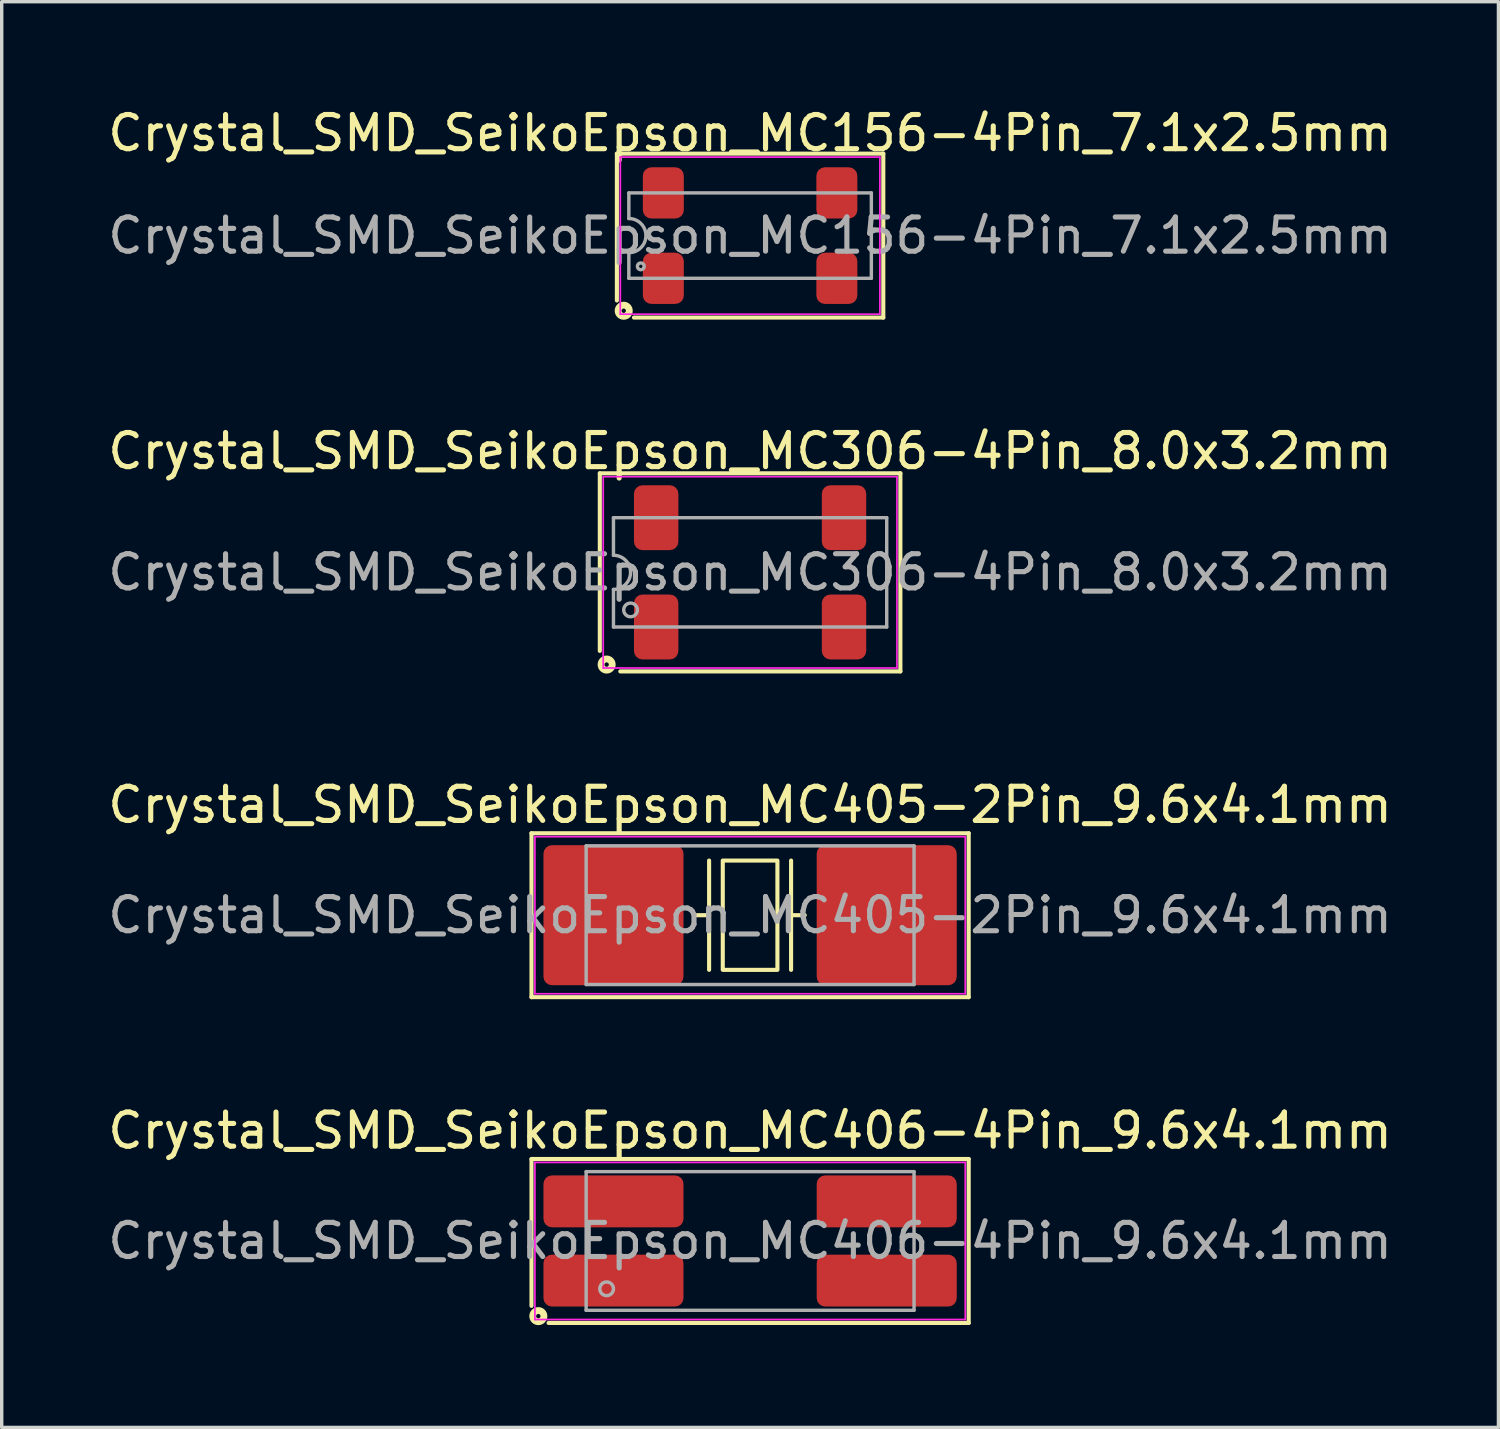
<source format=kicad_pcb>
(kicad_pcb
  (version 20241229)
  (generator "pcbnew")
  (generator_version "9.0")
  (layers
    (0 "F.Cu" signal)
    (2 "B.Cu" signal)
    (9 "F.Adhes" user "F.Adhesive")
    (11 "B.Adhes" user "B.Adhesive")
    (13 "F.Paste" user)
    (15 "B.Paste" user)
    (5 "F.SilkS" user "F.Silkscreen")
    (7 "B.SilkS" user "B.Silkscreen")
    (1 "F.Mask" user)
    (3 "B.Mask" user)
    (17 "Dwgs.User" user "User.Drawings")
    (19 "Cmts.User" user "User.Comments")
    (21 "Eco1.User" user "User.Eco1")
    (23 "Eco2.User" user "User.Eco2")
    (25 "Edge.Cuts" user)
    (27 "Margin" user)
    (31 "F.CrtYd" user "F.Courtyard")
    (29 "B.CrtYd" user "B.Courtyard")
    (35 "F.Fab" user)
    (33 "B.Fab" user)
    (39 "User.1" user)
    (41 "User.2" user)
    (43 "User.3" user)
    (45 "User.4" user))
  (footprint "Crystal_SMD_SeikoEpson_MC156-4Pin_7.1x2.5mm"
    (layer "F.Cu")
    (at 18.911 3.848)
    (property "Reference" "Crystal_SMD_SeikoEpson_MC156-4Pin_7.1x2.5mm" (at 0 -3 0) (layer "F.SilkS") (effects (font (size 1 1) (thickness 0.15))))
    (attr smd)
    (fp_line (start -3.9 -2.4) (end -3.9 1.9) (stroke (width 0.12) (type solid)) (layer "F.SilkS"))
    (fp_line (start -3.4 2.4) (end 3.9 2.4) (stroke (width 0.12) (type solid)) (layer "F.SilkS"))
    (fp_line (start 3.9 -2.4) (end -3.9 -2.4) (stroke (width 0.12) (type solid)) (layer "F.SilkS"))
    (fp_line (start 3.9 2.4) (end 3.9 -2.4) (stroke (width 0.12) (type solid)) (layer "F.SilkS"))
    (fp_circle (center -3.7 2.2) (end -3.636 2.2) (stroke (width 0.2) (type solid)) (fill no) (layer "F.SilkS"))
    (fp_line (start -3.8 -2.3) (end -3.8 2.3) (stroke (width 0.05) (type solid)) (layer "F.CrtYd"))
    (fp_line (start -3.8 2.3) (end 3.8 2.3) (stroke (width 0.05) (type solid)) (layer "F.CrtYd"))
    (fp_line (start 3.8 -2.3) (end -3.8 -2.3) (stroke (width 0.05) (type solid)) (layer "F.CrtYd"))
    (fp_line (start 3.8 2.3) (end 3.8 -2.3) (stroke (width 0.05) (type solid)) (layer "F.CrtYd"))
    (fp_line (start -3.55 -1.25) (end 3.55 -1.25) (stroke (width 0.1) (type solid)) (layer "F.Fab"))
    (fp_line (start -3.55 -0.5) (end -3.55 -1.25) (stroke (width 0.1) (type solid)) (layer "F.Fab"))
    (fp_line (start -3.55 1.25) (end -3.55 0.5) (stroke (width 0.1) (type solid)) (layer "F.Fab"))
    (fp_line (start 3.55 -1.25) (end 3.55 1.25) (stroke (width 0.1) (type solid)) (layer "F.Fab"))
    (fp_line (start 3.55 1.25) (end -3.55 1.25) (stroke (width 0.1) (type solid)) (layer "F.Fab"))
    (fp_arc (start -3.55 -0.5) (mid -3.05 0) (end -3.55 0.5) (stroke (width 0.1) (type solid)) (layer "F.Fab"))
    (fp_circle (center -3.2 0.9) (end -3.1 0.9) (stroke (width 0.1) (type solid)) (fill no) (layer "F.Fab"))
    (fp_text user "${REFERENCE}" (at 0 0 0) (layer "F.Fab") (effects (font (size 1 1) (thickness 0.15))))
    (pad "1" smd roundrect (at -2.54 1.25) (size 1.2 1.5) (layers "F.Cu" "F.Mask" "F.Paste") (roundrect_rratio 0.208))
    (pad "2" smd roundrect (at 2.54 1.25) (size 1.2 1.5) (layers "F.Cu" "F.Mask" "F.Paste") (roundrect_rratio 0.208))
    (pad "3" smd roundrect (at 2.54 -1.25) (size 1.2 1.5) (layers "F.Cu" "F.Mask" "F.Paste") (roundrect_rratio 0.208))
    (pad "4" smd roundrect (at -2.54 -1.25) (size 1.2 1.5) (layers "F.Cu" "F.Mask" "F.Paste") (roundrect_rratio 0.208)))
  (footprint "Crystal_SMD_SeikoEpson_MC306-4Pin_8.0x3.2mm"
    (layer "F.Cu")
    (at 18.911 13.707)
    (property "Reference" "Crystal_SMD_SeikoEpson_MC306-4Pin_8.0x3.2mm" (at 0 -3.55 0) (layer "F.SilkS") (effects (font (size 1 1) (thickness 0.15))))
    (attr smd)
    (fp_line (start -4.4 -2.9) (end 4.4 -2.9) (stroke (width 0.12) (type solid)) (layer "F.SilkS"))
    (fp_line (start -4.4 2.3) (end -4.4 -2.9) (stroke (width 0.12) (type solid)) (layer "F.SilkS"))
    (fp_line (start 4.4 -2.9) (end 4.4 2.9) (stroke (width 0.12) (type solid)) (layer "F.SilkS"))
    (fp_line (start 4.4 2.9) (end -3.8 2.9) (stroke (width 0.12) (type solid)) (layer "F.SilkS"))
    (fp_circle (center -4.2 2.7) (end -4.136 2.7) (stroke (width 0.2) (type solid)) (fill no) (layer "F.SilkS"))
    (fp_line (start -4.3 -2.8) (end -4.3 2.8) (stroke (width 0.05) (type solid)) (layer "F.CrtYd"))
    (fp_line (start -4.3 2.8) (end 4.3 2.8) (stroke (width 0.05) (type solid)) (layer "F.CrtYd"))
    (fp_line (start 4.3 -2.8) (end -4.3 -2.8) (stroke (width 0.05) (type solid)) (layer "F.CrtYd"))
    (fp_line (start 4.3 2.8) (end 4.3 -2.8) (stroke (width 0.05) (type solid)) (layer "F.CrtYd"))
    (fp_line (start -4 -1.6) (end 4 -1.6) (stroke (width 0.1) (type solid)) (layer "F.Fab"))
    (fp_line (start -4 -0.5) (end -4 -1.6) (stroke (width 0.1) (type solid)) (layer "F.Fab"))
    (fp_line (start -4 1.6) (end -4 0.5) (stroke (width 0.1) (type solid)) (layer "F.Fab"))
    (fp_line (start 4 -1.6) (end 4 1.6) (stroke (width 0.1) (type solid)) (layer "F.Fab"))
    (fp_line (start 4 1.6) (end -4 1.6) (stroke (width 0.1) (type solid)) (layer "F.Fab"))
    (fp_arc (start -4 -0.5) (mid -3.5 0) (end -4 0.5) (stroke (width 0.1) (type solid)) (layer "F.Fab"))
    (fp_circle (center -3.5 1.1) (end -3.3 1.1) (stroke (width 0.1) (type solid)) (fill no) (layer "F.Fab"))
    (fp_text user "${REFERENCE}" (at 0 0 0) (layer "F.Fab") (effects (font (size 1 1) (thickness 0.15))))
    (pad "1" smd roundrect (at -2.75 1.6) (size 1.3 1.9) (layers "F.Cu" "F.Mask" "F.Paste") (roundrect_rratio 0.192))
    (pad "2" smd roundrect (at 2.75 1.6) (size 1.3 1.9) (layers "F.Cu" "F.Mask" "F.Paste") (roundrect_rratio 0.192))
    (pad "3" smd roundrect (at 2.75 -1.6) (size 1.3 1.9) (layers "F.Cu" "F.Mask" "F.Paste") (roundrect_rratio 0.192))
    (pad "4" smd roundrect (at -2.75 -1.6) (size 1.3 1.9) (layers "F.Cu" "F.Mask" "F.Paste") (roundrect_rratio 0.192)))
  (footprint "Crystal_SMD_SeikoEpson_MC406-4Pin_9.6x4.1mm"
    (layer "F.Cu")
    (at 18.911 33.283)
    (property "Reference" "Crystal_SMD_SeikoEpson_MC406-4Pin_9.6x4.1mm" (at 0 -3.23 0) (layer "F.SilkS") (effects (font (size 1 1) (thickness 0.15))))
    (attr smd)
    (fp_line (start -6.4 -2.4) (end -6.4 1.9) (stroke (width 0.12) (type solid)) (layer "F.SilkS"))
    (fp_line (start -6.4 -2.4) (end 6.4 -2.4) (stroke (width 0.12) (type solid)) (layer "F.SilkS"))
    (fp_line (start 6.4 -2.4) (end 6.4 2.4) (stroke (width 0.12) (type solid)) (layer "F.SilkS"))
    (fp_line (start 6.4 2.4) (end -5.9 2.4) (stroke (width 0.12) (type solid)) (layer "F.SilkS"))
    (fp_circle (center -6.2 2.2) (end -6.136 2.2) (stroke (width 0.2) (type solid)) (fill no) (layer "F.SilkS"))
    (fp_line (start -6.3 -2.3) (end -6.3 2.3) (stroke (width 0.05) (type solid)) (layer "F.CrtYd"))
    (fp_line (start -6.3 2.3) (end 6.3 2.3) (stroke (width 0.05) (type solid)) (layer "F.CrtYd"))
    (fp_line (start 6.3 -2.3) (end -6.3 -2.3) (stroke (width 0.05) (type solid)) (layer "F.CrtYd"))
    (fp_line (start 6.3 2.3) (end 6.3 -2.3) (stroke (width 0.05) (type solid)) (layer "F.CrtYd"))
    (fp_line (start -4.8 -2.03) (end -4.8 2.03) (stroke (width 0.1) (type solid)) (layer "F.Fab"))
    (fp_line (start -4.8 2.03) (end 4.8 2.03) (stroke (width 0.1) (type solid)) (layer "F.Fab"))
    (fp_line (start 4.8 -2.03) (end -4.8 -2.03) (stroke (width 0.1) (type solid)) (layer "F.Fab"))
    (fp_line (start 4.8 2.03) (end 4.8 -2.03) (stroke (width 0.1) (type solid)) (layer "F.Fab"))
    (fp_circle (center -4.2 1.4) (end -4 1.4) (stroke (width 0.1) (type solid)) (fill no) (layer "F.Fab"))
    (fp_text user "${REFERENCE}" (at 0 0 0) (layer "F.Fab") (effects (font (size 1 1) (thickness 0.15))))
    (pad "1" smd roundrect (at -4 1.16) (size 4.1 1.52) (layers "F.Cu" "F.Mask" "F.Paste") (roundrect_rratio 0.164))
    (pad "2" smd roundrect (at 4 1.16) (size 4.1 1.52) (layers "F.Cu" "F.Mask" "F.Paste") (roundrect_rratio 0.164))
    (pad "3" smd roundrect (at 4 -1.16) (size 4.1 1.52) (layers "F.Cu" "F.Mask" "F.Paste") (roundrect_rratio 0.164))
    (pad "4" smd roundrect (at -4 -1.16) (size 4.1 1.52) (layers "F.Cu" "F.Mask" "F.Paste") (roundrect_rratio 0.164)))
  (footprint "Crystal_SMD_SeikoEpson_MC405-2Pin_9.6x4.1mm"
    (layer "F.Cu")
    (at 18.911 23.745)
    (property "Reference" "Crystal_SMD_SeikoEpson_MC405-2Pin_9.6x4.1mm" (at 0 -3.23 0) (layer "F.SilkS") (effects (font (size 1 1) (thickness 0.15))))
    (attr smd)
    (fp_line (start -6.4 -2.4) (end -6.4 2.4) (stroke (width 0.12) (type solid)) (layer "F.SilkS"))
    (fp_line (start -6.4 2.4) (end 6.4 2.4) (stroke (width 0.12) (type solid)) (layer "F.SilkS"))
    (fp_line (start -1.2 -1.6) (end -1.2 1.6) (stroke (width 0.12) (type solid)) (layer "F.SilkS"))
    (fp_line (start -1.2 0) (end -1.6 0) (stroke (width 0.12) (type solid)) (layer "F.SilkS"))
    (fp_line (start 1.2 -1.6) (end 1.2 1.6) (stroke (width 0.12) (type solid)) (layer "F.SilkS"))
    (fp_line (start 1.2 0) (end 1.6 0) (stroke (width 0.12) (type solid)) (layer "F.SilkS"))
    (fp_line (start 6.4 -2.4) (end -6.4 -2.4) (stroke (width 0.12) (type solid)) (layer "F.SilkS"))
    (fp_line (start 6.4 2.4) (end 6.4 -2.4) (stroke (width 0.12) (type solid)) (layer "F.SilkS"))
    (fp_rect (start -0.8 -1.6) (end 0.8 1.6) (stroke (width 0.12) (type solid)) (fill no) (layer "F.SilkS"))
    (fp_line (start -6.3 -2.3) (end -6.3 2.3) (stroke (width 0.05) (type solid)) (layer "F.CrtYd"))
    (fp_line (start -6.3 2.3) (end 6.3 2.3) (stroke (width 0.05) (type solid)) (layer "F.CrtYd"))
    (fp_line (start 6.3 -2.3) (end -6.3 -2.3) (stroke (width 0.05) (type solid)) (layer "F.CrtYd"))
    (fp_line (start 6.3 2.3) (end 6.3 -2.3) (stroke (width 0.05) (type solid)) (layer "F.CrtYd"))
    (fp_line (start -4.8 -2.03) (end -4.8 2.03) (stroke (width 0.1) (type solid)) (layer "F.Fab"))
    (fp_line (start -4.8 2.03) (end 4.8 2.03) (stroke (width 0.1) (type solid)) (layer "F.Fab"))
    (fp_line (start 4.8 -2.03) (end -4.8 -2.03) (stroke (width 0.1) (type solid)) (layer "F.Fab"))
    (fp_line (start 4.8 2.03) (end 4.8 -2.03) (stroke (width 0.1) (type solid)) (layer "F.Fab"))
    (fp_text user "${REFERENCE}" (at 0 0 0) (layer "F.Fab") (effects (font (size 1 1) (thickness 0.15))))
    (pad "1" smd roundrect (at -4 0) (size 4.1 4.1) (layers "F.Cu" "F.Mask" "F.Paste") (roundrect_rratio 0.061))
    (pad "2" smd roundrect (at 4 0) (size 4.1 4.1) (layers "F.Cu" "F.Mask" "F.Paste") (roundrect_rratio 0.061)))
  (gr_rect
    (start -3 -3)
    (end 40.821 38.743)
    (stroke (width 0.1) (type default))
    (fill no)
    (layer "Edge.Cuts")))
</source>
